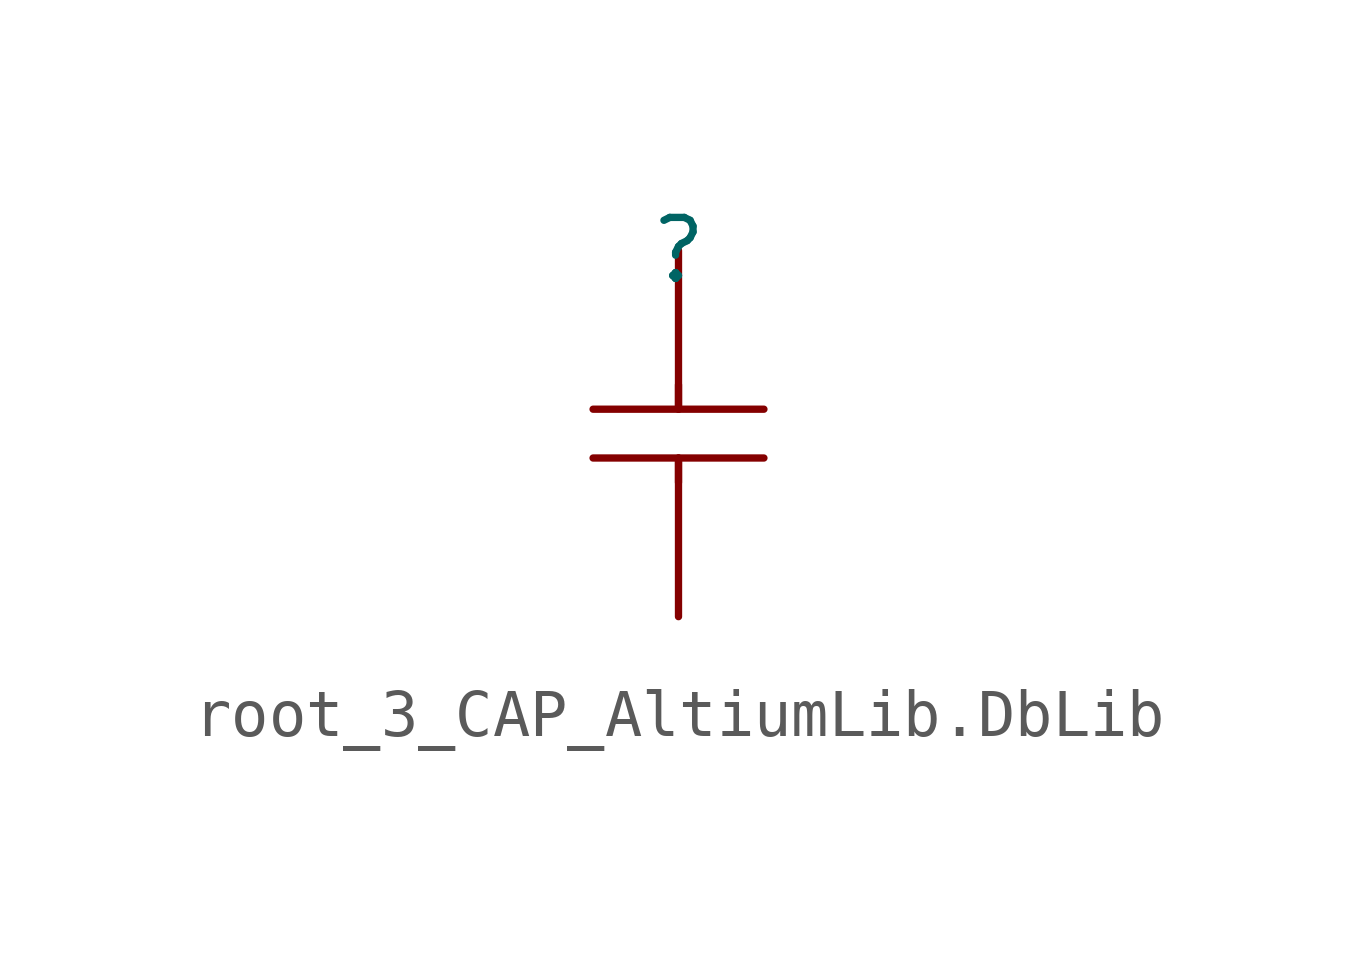
<source format=kicad_sym>
(kicad_symbol_lib
  (version 20241209)
  (generator "kicad_symbol_editor")
  (generator_version "9.0")
  (symbol "root_3_CAP_AltiumLib.DbLib"
    (pin_numbers
      (hide yes))
    (pin_names
      (hide yes))
    (property "Reference" ""
      (at 0 0 0)
      (effects (font (size 1.27 1.27))))
    (property "Value" ""
      (at 0 0 0)
      (effects (font (size 1.27 1.27))))
    (symbol "root_3_CAP_AltiumLib.DbLib_1_0"
      (polyline (pts (xy -1.778 -3.302) (xy 1.778 -3.302)) (stroke (width 0) (type solid)) (fill (type none)))
      (polyline (pts (xy -1.778 -4.318) (xy 1.778 -4.318)) (stroke (width 0) (type solid)) (fill (type none)))
      (polyline (pts (xy 0 -3.302) (xy 0 -2.794)) (stroke (width 0) (type solid)) (fill (type none)))
      (polyline (pts (xy 0 -4.318) (xy 0 -4.826)) (stroke (width 0) (type solid)) (fill (type none)))
      (pin passive line (at 0 0 270) (length 3.302) (name "1" (effects (font (size 1.27 1.27)))) (number "1" (effects (font (size 1.27 1.27)))))
      (pin passive line (at 0 -7.62 90) (length 3.302) (name "2" (effects (font (size 1.27 1.27)))) (number "2" (effects (font (size 1.27 1.27))))))))
</source>
